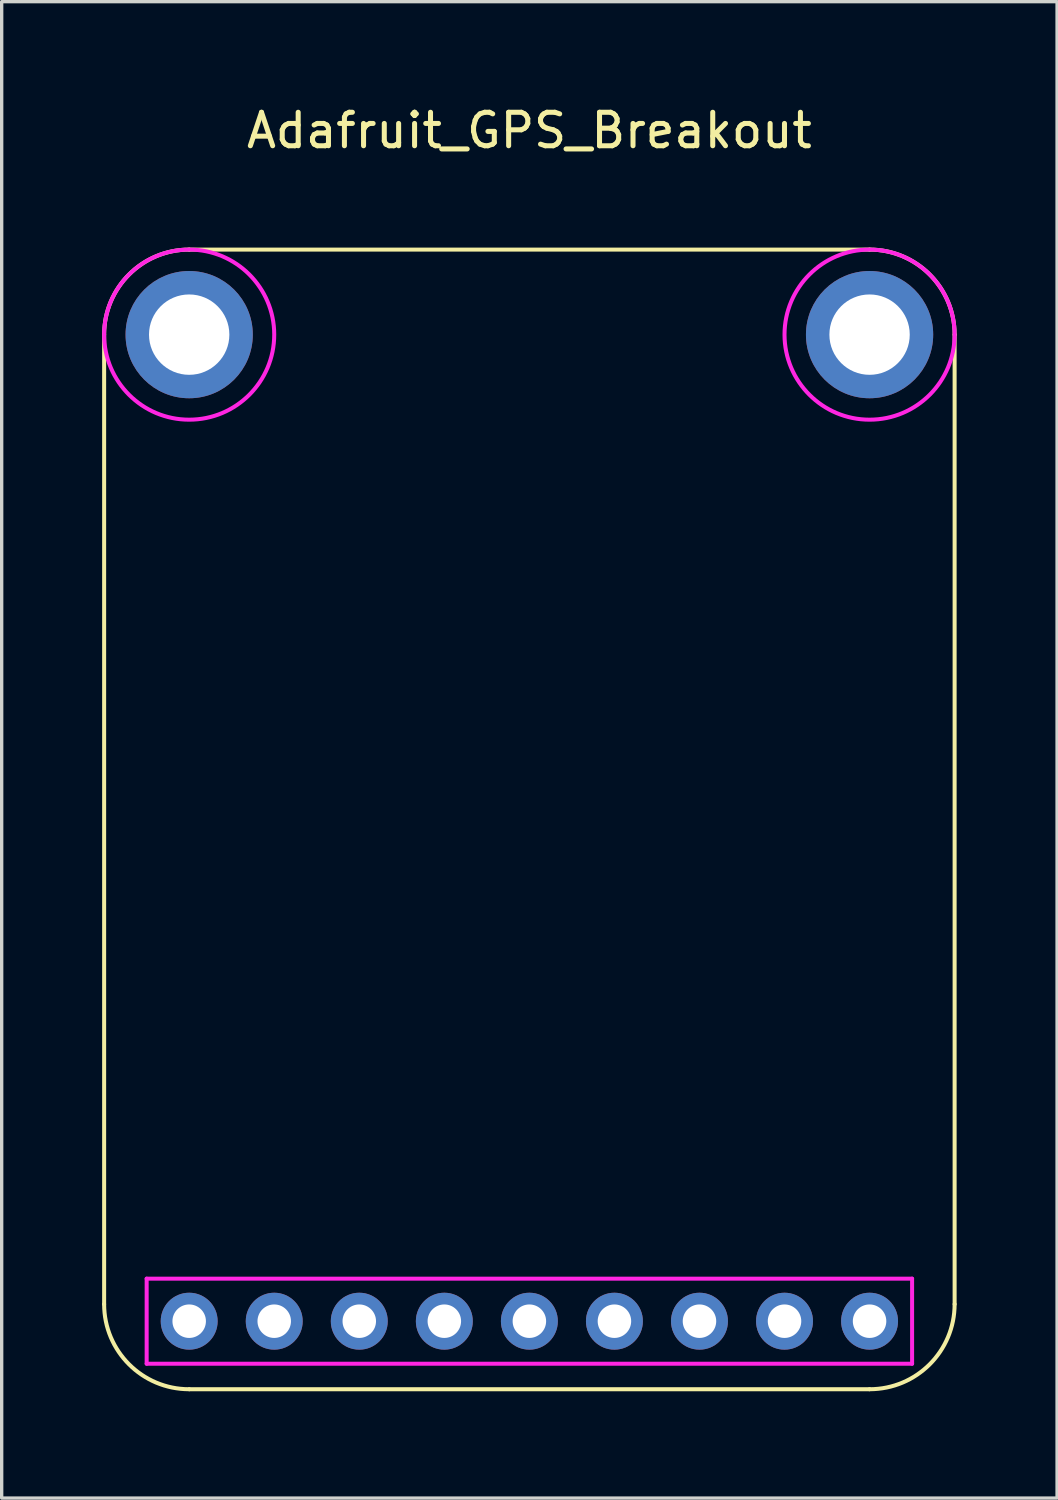
<source format=kicad_pcb>
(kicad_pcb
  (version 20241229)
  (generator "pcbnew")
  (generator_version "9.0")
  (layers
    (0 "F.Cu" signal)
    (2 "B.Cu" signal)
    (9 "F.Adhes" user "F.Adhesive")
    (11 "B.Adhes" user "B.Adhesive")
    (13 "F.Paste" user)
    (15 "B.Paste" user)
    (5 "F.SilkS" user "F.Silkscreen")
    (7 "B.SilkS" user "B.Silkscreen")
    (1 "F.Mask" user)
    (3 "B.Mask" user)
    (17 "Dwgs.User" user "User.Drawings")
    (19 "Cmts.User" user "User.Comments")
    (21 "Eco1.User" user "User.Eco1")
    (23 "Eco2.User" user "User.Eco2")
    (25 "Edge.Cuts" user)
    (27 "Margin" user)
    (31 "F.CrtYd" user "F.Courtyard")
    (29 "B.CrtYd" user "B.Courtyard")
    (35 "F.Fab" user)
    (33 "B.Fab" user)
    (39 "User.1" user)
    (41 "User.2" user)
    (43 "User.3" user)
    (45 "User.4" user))
  (footprint "Adafruit_GPS_Breakout"
    (layer "F.Cu")
    (at 12.76 38.44)
    (property "Reference" "Adafruit_GPS_Breakout" (at 0 -37.592 0) (layer "F.SilkS") (effects (font (size 1 1) (thickness 0.15))))
    (attr through_hole)
    (fp_line (start -12.7 -31.496) (end -12.7 -2.54) (stroke (width 0.12) (type solid)) (layer "F.SilkS"))
    (fp_line (start -10.16 0) (end 10.16 0) (stroke (width 0.12) (type solid)) (layer "F.SilkS"))
    (fp_line (start 10.16 -34.036) (end -10.16 -34.036) (stroke (width 0.12) (type solid)) (layer "F.SilkS"))
    (fp_line (start 12.7 -2.54) (end 12.7 -31.496) (stroke (width 0.12) (type solid)) (layer "F.SilkS"))
    (fp_arc (start -12.7 -31.496) (mid -11.956051 -33.292051) (end -10.16 -34.036) (stroke (width 0.12) (type solid)) (layer "F.SilkS"))
    (fp_arc (start -10.16 0) (mid -11.956051 -0.743949) (end -12.7 -2.54) (stroke (width 0.12) (type solid)) (layer "F.SilkS"))
    (fp_arc (start 10.16 -34.036) (mid 11.956051 -33.292051) (end 12.7 -31.496) (stroke (width 0.12) (type solid)) (layer "F.SilkS"))
    (fp_arc (start 12.7 -2.54) (mid 11.956051 -0.743949) (end 10.16 0) (stroke (width 0.12) (type solid)) (layer "F.SilkS"))
    (fp_line (start -11.43 -3.302) (end -11.43 -0.762) (stroke (width 0.12) (type solid)) (layer "F.CrtYd"))
    (fp_line (start -11.43 -0.762) (end 11.43 -0.762) (stroke (width 0.12) (type solid)) (layer "F.CrtYd"))
    (fp_line (start 11.43 -3.302) (end -11.43 -3.302) (stroke (width 0.12) (type solid)) (layer "F.CrtYd"))
    (fp_line (start 11.43 -0.762) (end 11.43 -3.302) (stroke (width 0.12) (type solid)) (layer "F.CrtYd"))
    (fp_circle (center -10.16 -31.496) (end -7.62 -31.496) (stroke (width 0.12) (type solid)) (fill no) (layer "F.CrtYd"))
    (fp_circle (center 10.16 -31.496) (end 12.7 -31.496) (stroke (width 0.12) (type solid)) (fill no) (layer "F.CrtYd"))
    (pad "" np_thru_hole circle (at -10.16 -31.496) (size 3.8 3.8) (drill 2.4) (layers "*.Cu" "*.Mask"))
    (pad "" np_thru_hole circle (at 10.16 -31.496) (size 3.8 3.8) (drill 2.4) (layers "*.Cu" "*.Mask"))
    (pad "1" thru_hole circle (at -10.16 -2.032) (size 1.7 1.7) (drill 1) (layers "*.Cu" "*.Mask"))
    (pad "2" thru_hole circle (at -7.62 -2.032) (size 1.7 1.7) (drill 1) (layers "*.Cu" "*.Mask"))
    (pad "3" thru_hole circle (at -5.08 -2.032) (size 1.7 1.7) (drill 1) (layers "*.Cu" "*.Mask"))
    (pad "4" thru_hole circle (at -2.54 -2.032) (size 1.7 1.7) (drill 1) (layers "*.Cu" "*.Mask"))
    (pad "5" thru_hole circle (at 0 -2.032) (size 1.7 1.7) (drill 1) (layers "*.Cu" "*.Mask"))
    (pad "6" thru_hole circle (at 2.54 -2.032) (size 1.7 1.7) (drill 1) (layers "*.Cu" "*.Mask"))
    (pad "7" thru_hole circle (at 5.08 -2.032) (size 1.7 1.7) (drill 1) (layers "*.Cu" "*.Mask"))
    (pad "8" thru_hole circle (at 7.62 -2.032) (size 1.7 1.7) (drill 1) (layers "*.Cu" "*.Mask"))
    (pad "9" thru_hole circle (at 10.16 -2.032) (size 1.7 1.7) (drill 1) (layers "*.Cu" "*.Mask")))
  (gr_rect
    (start -3 -3)
    (end 28.52 41.69)
    (stroke (width 0.1) (type default))
    (fill no)
    (layer "Edge.Cuts")))
</source>
